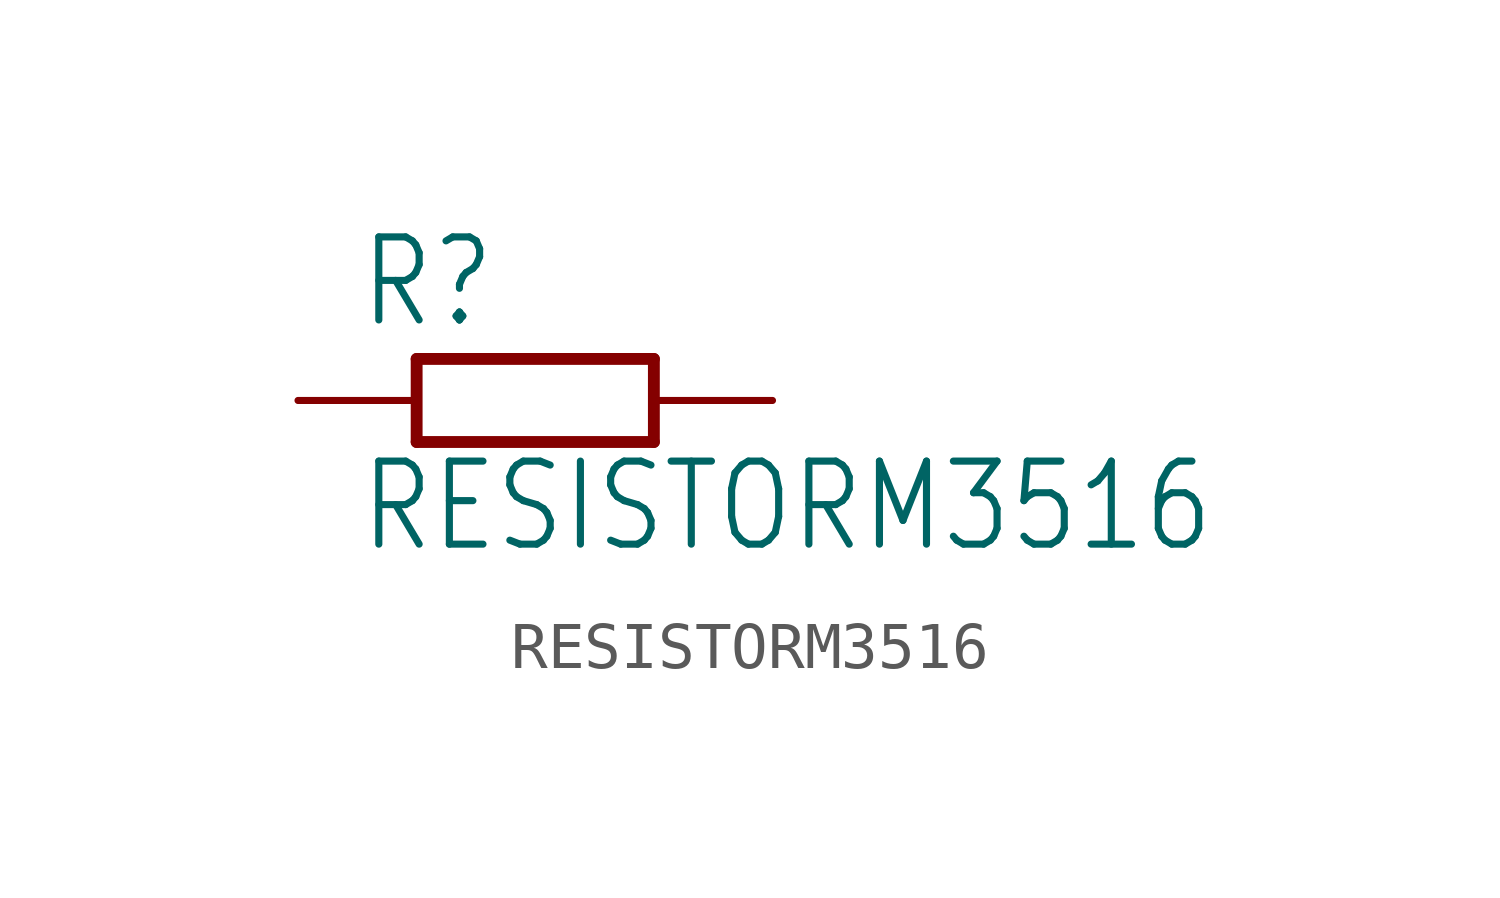
<source format=kicad_sym>
(kicad_symbol_lib
  (version 20211014)
  (generator kicad_symbol_editor)
  (symbol "RESISTORM3516"
    (property "Reference" "R"
      (at -3.81 1.499 0)
      (effects (font (size 1.778 1.511)) (justify left bottom)))
    (property "Value" "RESISTORM3516"
      (at -3.81 -3.302 0)
      (effects (font (size 1.778 1.511)) (justify left bottom)))
    (property "ki_locked" ""
      (at 0 0 0)
      (effects (font (size 1.27 1.27))))
    (symbol "RESISTORM3516_1_0"
      (polyline (pts (xy -2.54 -0.889) (xy -2.54 0.889)) (stroke (width 0.254) (type default) (color 0 0 0 0)) (fill (type none)))
      (polyline (pts (xy -2.54 -0.889) (xy 2.54 -0.889)) (stroke (width 0.254) (type default) (color 0 0 0 0)) (fill (type none)))
      (polyline (pts (xy 2.54 -0.889) (xy 2.54 0.889)) (stroke (width 0.254) (type default) (color 0 0 0 0)) (fill (type none)))
      (polyline (pts (xy 2.54 0.889) (xy -2.54 0.889)) (stroke (width 0.254) (type default) (color 0 0 0 0)) (fill (type none)))
      (pin passive line (at -5.08 0 0) (length 2.54) (name "1" (effects (font (size 0 0)))) (number "1" (effects (font (size 0 0)))))
      (pin passive line (at 5.08 0 180) (length 2.54) (name "2" (effects (font (size 0 0)))) (number "2" (effects (font (size 0 0))))))))
</source>
